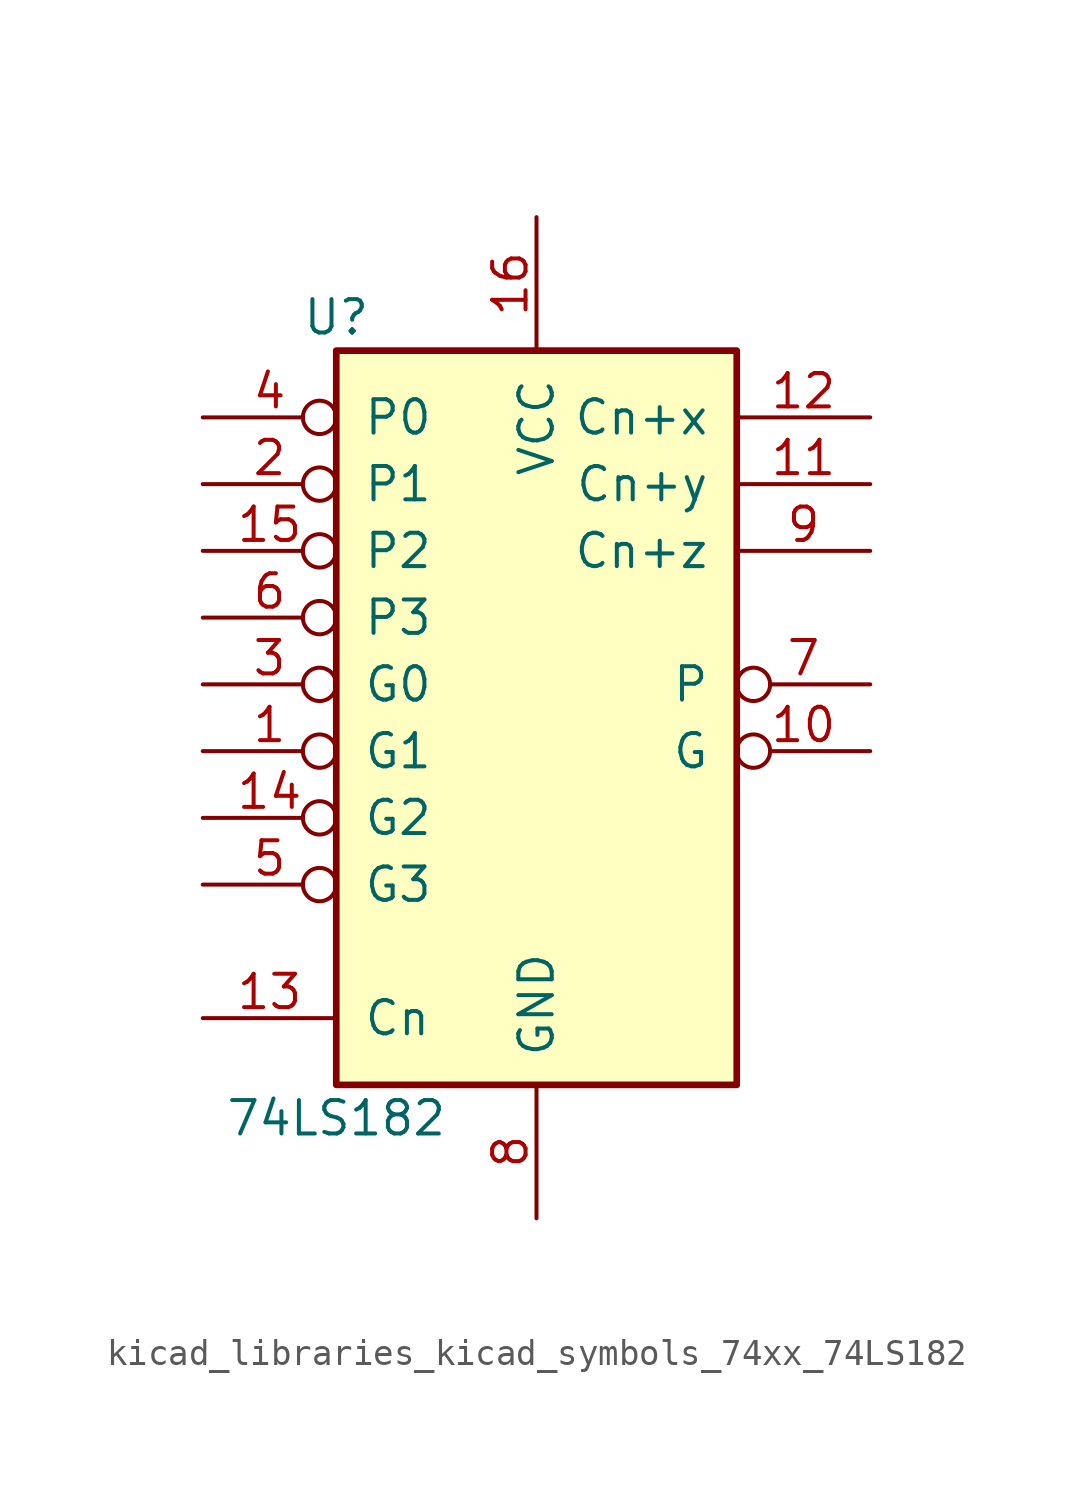
<source format=kicad_sym>
(kicad_symbol_lib
  (version 20220914)
  (generator kicad_symbol_editor)
  (symbol "kicad_libraries_kicad_symbols_74xx_74LS182"
    (pin_names
      (offset 1.016))
    (property "Reference" "U"
      (at -7.62 13.97 0)
      (effects (font (size 1.27 1.27))))
    (property "Value" "74LS182"
      (at -7.62 -16.51 0)
      (effects (font (size 1.27 1.27))))
    (property "ki_locked" ""
      (at 0 0 0)
      (effects (font (size 1.27 1.27))))
    (symbol "kicad_libraries_kicad_symbols_74xx_74LS182_1_0"
      (pin input inverted (at -12.7 -2.54 0) (length 5.08) (name "G1" (effects (font (size 1.27 1.27)))) (number "1" (effects (font (size 1.27 1.27)))))
      (pin output inverted (at 12.7 -2.54 180) (length 5.08) (name "G" (effects (font (size 1.27 1.27)))) (number "10" (effects (font (size 1.27 1.27)))))
      (pin output line (at 12.7 7.62 180) (length 5.08) (name "Cn+y" (effects (font (size 1.27 1.27)))) (number "11" (effects (font (size 1.27 1.27)))))
      (pin output line (at 12.7 10.16 180) (length 5.08) (name "Cn+x" (effects (font (size 1.27 1.27)))) (number "12" (effects (font (size 1.27 1.27)))))
      (pin input line (at -12.7 -12.7 0) (length 5.08) (name "Cn" (effects (font (size 1.27 1.27)))) (number "13" (effects (font (size 1.27 1.27)))))
      (pin input inverted (at -12.7 -5.08 0) (length 5.08) (name "G2" (effects (font (size 1.27 1.27)))) (number "14" (effects (font (size 1.27 1.27)))))
      (pin input inverted (at -12.7 5.08 0) (length 5.08) (name "P2" (effects (font (size 1.27 1.27)))) (number "15" (effects (font (size 1.27 1.27)))))
      (pin power_in line (at 0 17.78 270) (length 5.08) (name "VCC" (effects (font (size 1.27 1.27)))) (number "16" (effects (font (size 1.27 1.27)))))
      (pin input inverted (at -12.7 7.62 0) (length 5.08) (name "P1" (effects (font (size 1.27 1.27)))) (number "2" (effects (font (size 1.27 1.27)))))
      (pin input inverted (at -12.7 0 0) (length 5.08) (name "G0" (effects (font (size 1.27 1.27)))) (number "3" (effects (font (size 1.27 1.27)))))
      (pin input inverted (at -12.7 10.16 0) (length 5.08) (name "P0" (effects (font (size 1.27 1.27)))) (number "4" (effects (font (size 1.27 1.27)))))
      (pin input inverted (at -12.7 -7.62 0) (length 5.08) (name "G3" (effects (font (size 1.27 1.27)))) (number "5" (effects (font (size 1.27 1.27)))))
      (pin input inverted (at -12.7 2.54 0) (length 5.08) (name "P3" (effects (font (size 1.27 1.27)))) (number "6" (effects (font (size 1.27 1.27)))))
      (pin output inverted (at 12.7 0 180) (length 5.08) (name "P" (effects (font (size 1.27 1.27)))) (number "7" (effects (font (size 1.27 1.27)))))
      (pin power_in line (at 0 -20.32 90) (length 5.08) (name "GND" (effects (font (size 1.27 1.27)))) (number "8" (effects (font (size 1.27 1.27)))))
      (pin output line (at 12.7 5.08 180) (length 5.08) (name "Cn+z" (effects (font (size 1.27 1.27)))) (number "9" (effects (font (size 1.27 1.27))))))
    (symbol "kicad_libraries_kicad_symbols_74xx_74LS182_1_1"
      (rectangle (start -7.62 12.7) (end 7.62 -15.24) (stroke (width 0.254) (type default)) (fill (type background))))))
</source>
